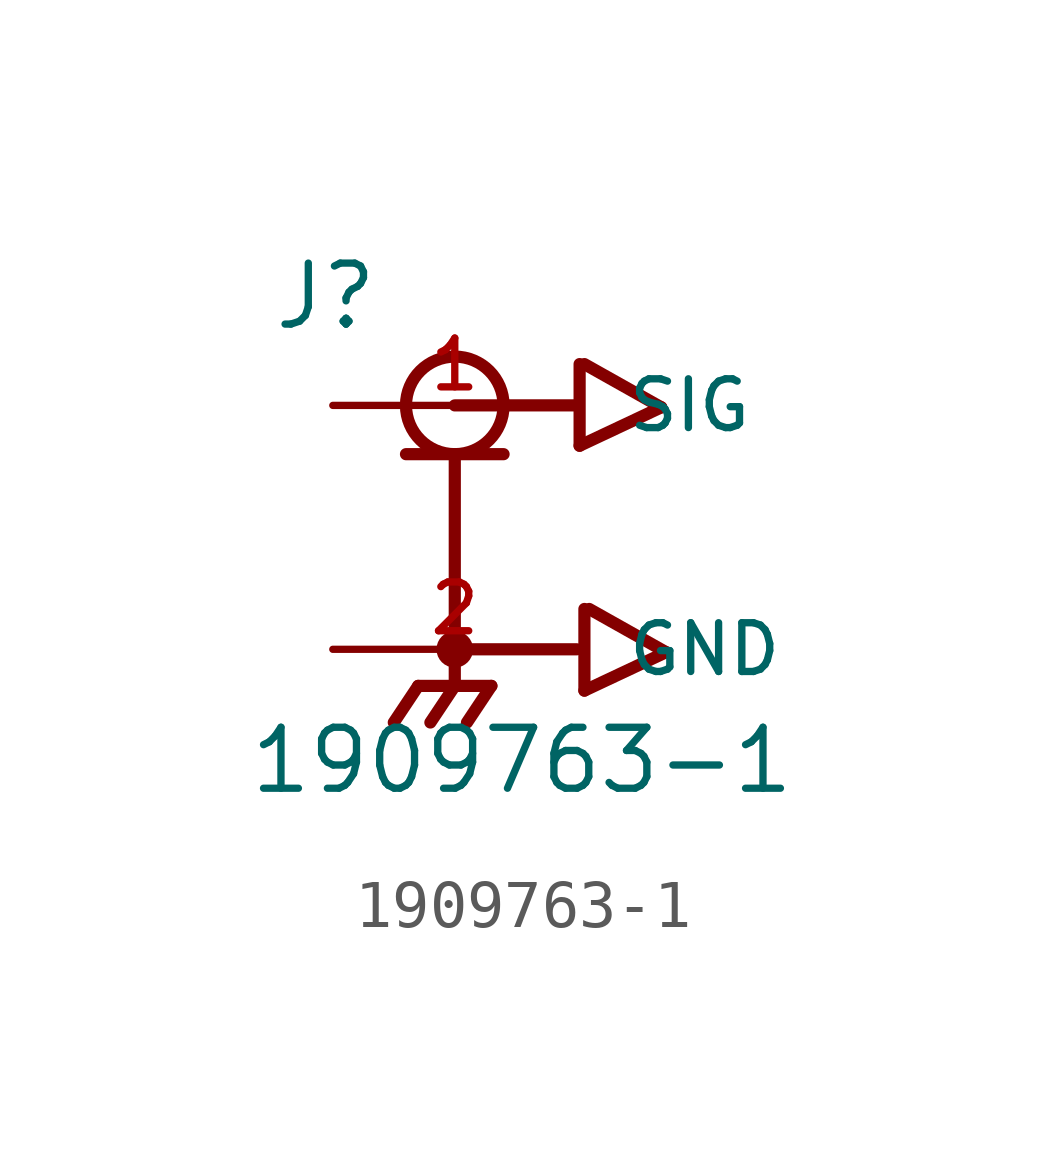
<source format=kicad_sym>
(kicad_symbol_lib
  (version 20211014)
  (generator kicad_symbol_editor)
  (symbol "1909763-1"
    (pin_names
      (offset 1.016))
    (property "Reference" "J"
      (at -3.816 4.07 0)
      (effects (font (size 1.27 1.27)) (justify bottom left)))
    (property "Value" "1909763-1"
      (at -4.325 -5.597 0)
      (effects (font (size 1.27 1.27)) (justify bottom left)))
    (symbol "1909763-1_0_0"
      (circle (center 0.0 2.54) (radius 1.016) (stroke (width 0.254)) (fill (type none)))
      (polyline (pts (xy -1.016 1.524) (xy 0.0 1.524)) (stroke (width 0.254)))
      (polyline (pts (xy 0.0 1.524) (xy 1.016 1.524)) (stroke (width 0.254)))
      (polyline (pts (xy 0.0 1.524) (xy 0.0 -2.54)) (stroke (width 0.254)))
      (circle (center 0.0 -2.54) (radius 0.254) (stroke (width 0.254)) (fill (type none)))
      (polyline (pts (xy 2.54 -2.54) (xy 0.0 -2.54)) (stroke (width 0.254)))
      (polyline (pts (xy 0.0 -2.54) (xy 0.0 -3.302)) (stroke (width 0.254)))
      (polyline (pts (xy 0.0 -3.302) (xy -0.762 -3.302)) (stroke (width 0.254)))
      (polyline (pts (xy 0.0 -3.302) (xy 0.762 -3.302)) (stroke (width 0.254)))
      (polyline (pts (xy -0.762 -3.302) (xy -1.27 -4.064)) (stroke (width 0.254)))
      (polyline (pts (xy 0.0 -3.302) (xy -0.508 -4.064)) (stroke (width 0.254)))
      (polyline (pts (xy 0.762 -3.302) (xy 0.254 -4.064)) (stroke (width 0.254)))
      (polyline (pts (xy 2.6 3.4) (xy 2.6 1.7)) (stroke (width 0.254)))
      (polyline (pts (xy 2.6 1.7) (xy 4.3 2.5)) (stroke (width 0.254)))
      (polyline (pts (xy 4.3 2.5) (xy 2.7 3.4)) (stroke (width 0.254)))
      (polyline (pts (xy 2.7 -1.7) (xy 2.7 -3.4)) (stroke (width 0.254)))
      (polyline (pts (xy 2.7 -3.4) (xy 4.4 -2.6)) (stroke (width 0.254)))
      (polyline (pts (xy 4.4 -2.6) (xy 2.8 -1.7)) (stroke (width 0.254)))
      (polyline (pts (xy 2.54 2.54) (xy 0.0 2.54)) (stroke (width 0.254)))
      (pin passive line (at -2.54 2.54 0) (length 5.08) (name "SIG" (effects (font (size 1.016 1.016)))) (number "1" (effects (font (size 1.016 1.016)))))
      (pin passive line (at -2.54 -2.54 0) (length 5.08) (name "GND" (effects (font (size 1.016 1.016)))) (number "2" (effects (font (size 1.016 1.016))))))))
</source>
